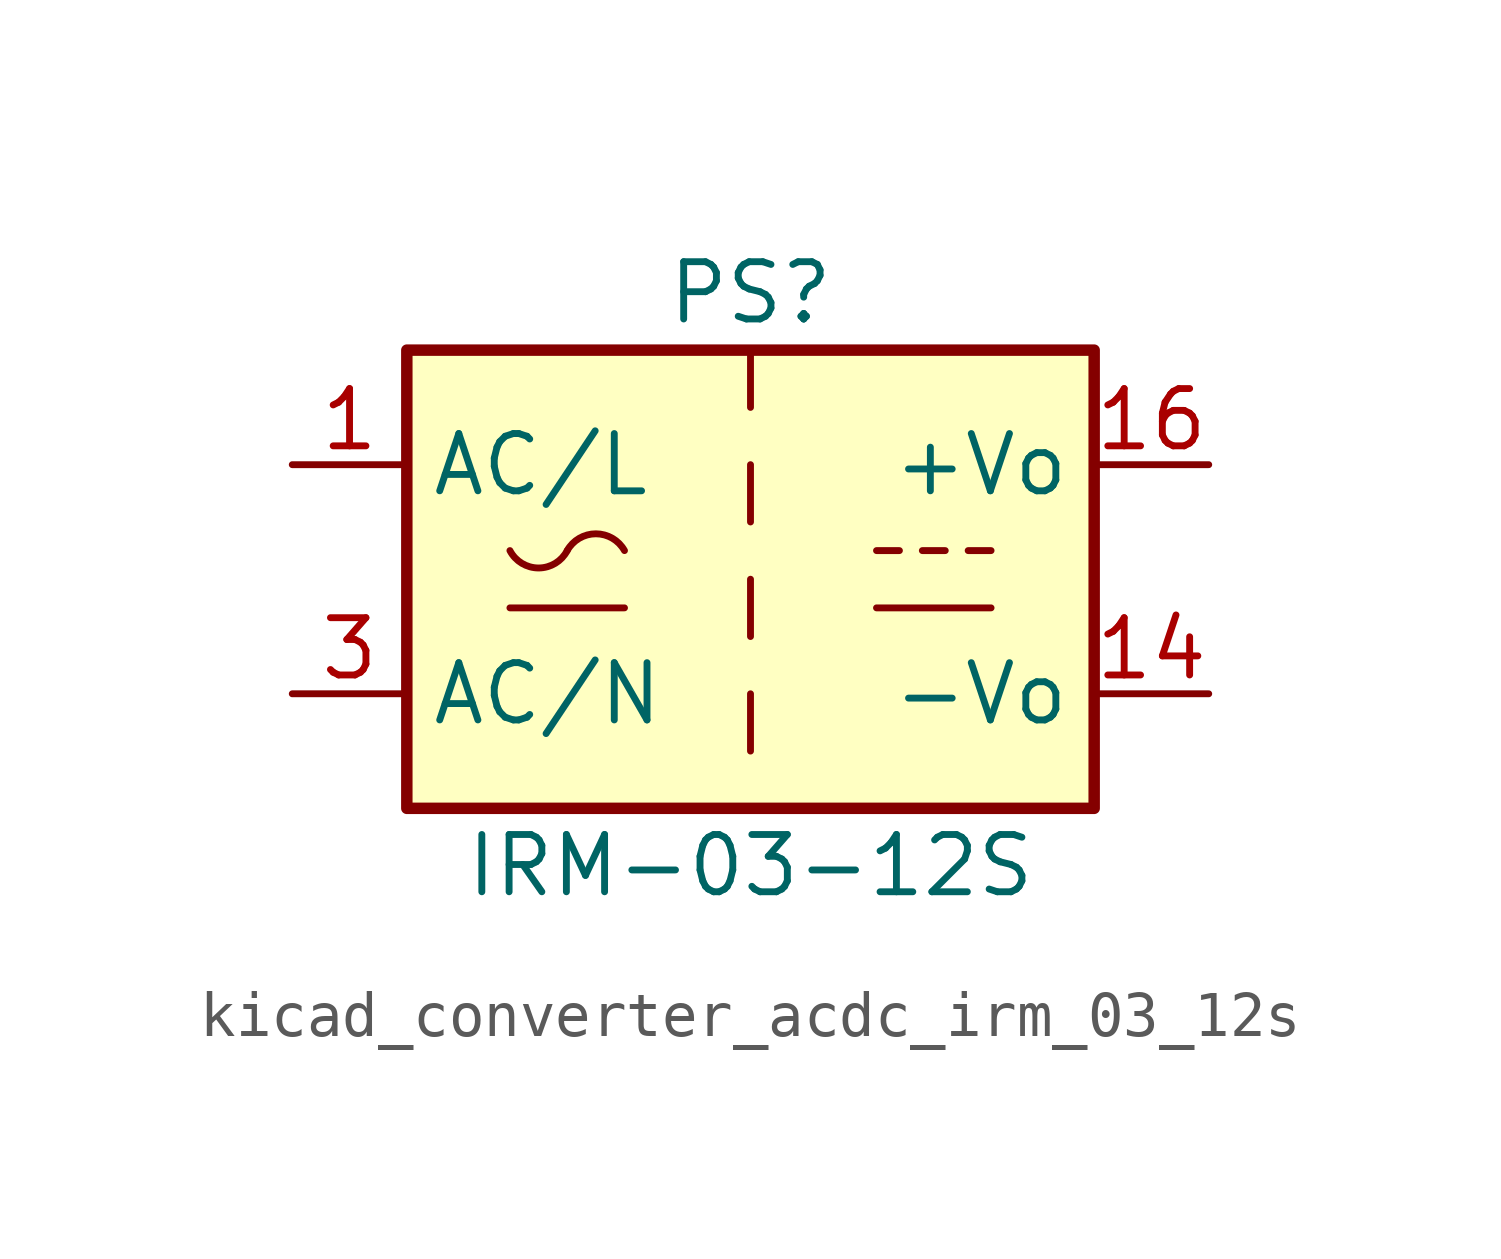
<source format=kicad_sym>
(kicad_symbol_lib
  (version 20220914)
  (generator kicad_symbol_editor)
  (symbol "kicad_converter_acdc_irm_03_12s"
    (property "Reference" "PS"
      (at 0 6.35 0)
      (effects (font (size 1.27 1.27))))
    (property "Value" "IRM-03-12S"
      (at 0 -6.35 0)
      (effects (font (size 1.27 1.27))))
    (symbol "kicad_converter_acdc_irm_03_12s_0_1"
      (rectangle (start -7.62 5.08) (end 7.62 -5.08) (stroke (width 0.254) (type default)) (fill (type background)))
      (arc (start -5.334 0.635) (mid -4.699 0.2495) (end -4.064 0.635) (stroke (width 0) (type default)) (fill (type none)))
      (arc (start -2.794 0.635) (mid -3.429 1.0072) (end -4.064 0.635) (stroke (width 0) (type default)) (fill (type none)))
      (polyline (pts (xy -5.334 -0.635) (xy -2.794 -0.635)) (stroke (width 0) (type default)) (fill (type none)))
      (polyline (pts (xy 0 -2.54) (xy 0 -3.81)) (stroke (width 0) (type default)) (fill (type none)))
      (polyline (pts (xy 0 0) (xy 0 -1.27)) (stroke (width 0) (type default)) (fill (type none)))
      (polyline (pts (xy 0 2.54) (xy 0 1.27)) (stroke (width 0) (type default)) (fill (type none)))
      (polyline (pts (xy 0 5.08) (xy 0 3.81)) (stroke (width 0) (type default)) (fill (type none)))
      (polyline (pts (xy 2.794 -0.635) (xy 5.334 -0.635)) (stroke (width 0) (type default)) (fill (type none)))
      (polyline (pts (xy 2.794 0.635) (xy 3.302 0.635)) (stroke (width 0) (type default)) (fill (type none)))
      (polyline (pts (xy 3.81 0.635) (xy 4.318 0.635)) (stroke (width 0) (type default)) (fill (type none)))
      (polyline (pts (xy 4.826 0.635) (xy 5.334 0.635)) (stroke (width 0) (type default)) (fill (type none))))
    (symbol "kicad_converter_acdc_irm_03_12s_1_1"
      (pin power_in line (at -10.16 2.54 0) (length 2.54) (name "AC/L" (effects (font (size 1.27 1.27)))) (number "1" (effects (font (size 1.27 1.27)))))
      (pin power_out line (at 10.16 -2.54 180) (length 2.54) (name "-Vo" (effects (font (size 1.27 1.27)))) (number "14" (effects (font (size 1.27 1.27)))))
      (pin power_out line (at 10.16 2.54 180) (length 2.54) (name "+Vo" (effects (font (size 1.27 1.27)))) (number "16" (effects (font (size 1.27 1.27)))))
      (pin power_in line (at -10.16 -2.54 0) (length 2.54) (name "AC/N" (effects (font (size 1.27 1.27)))) (number "3" (effects (font (size 1.27 1.27))))))))
</source>
